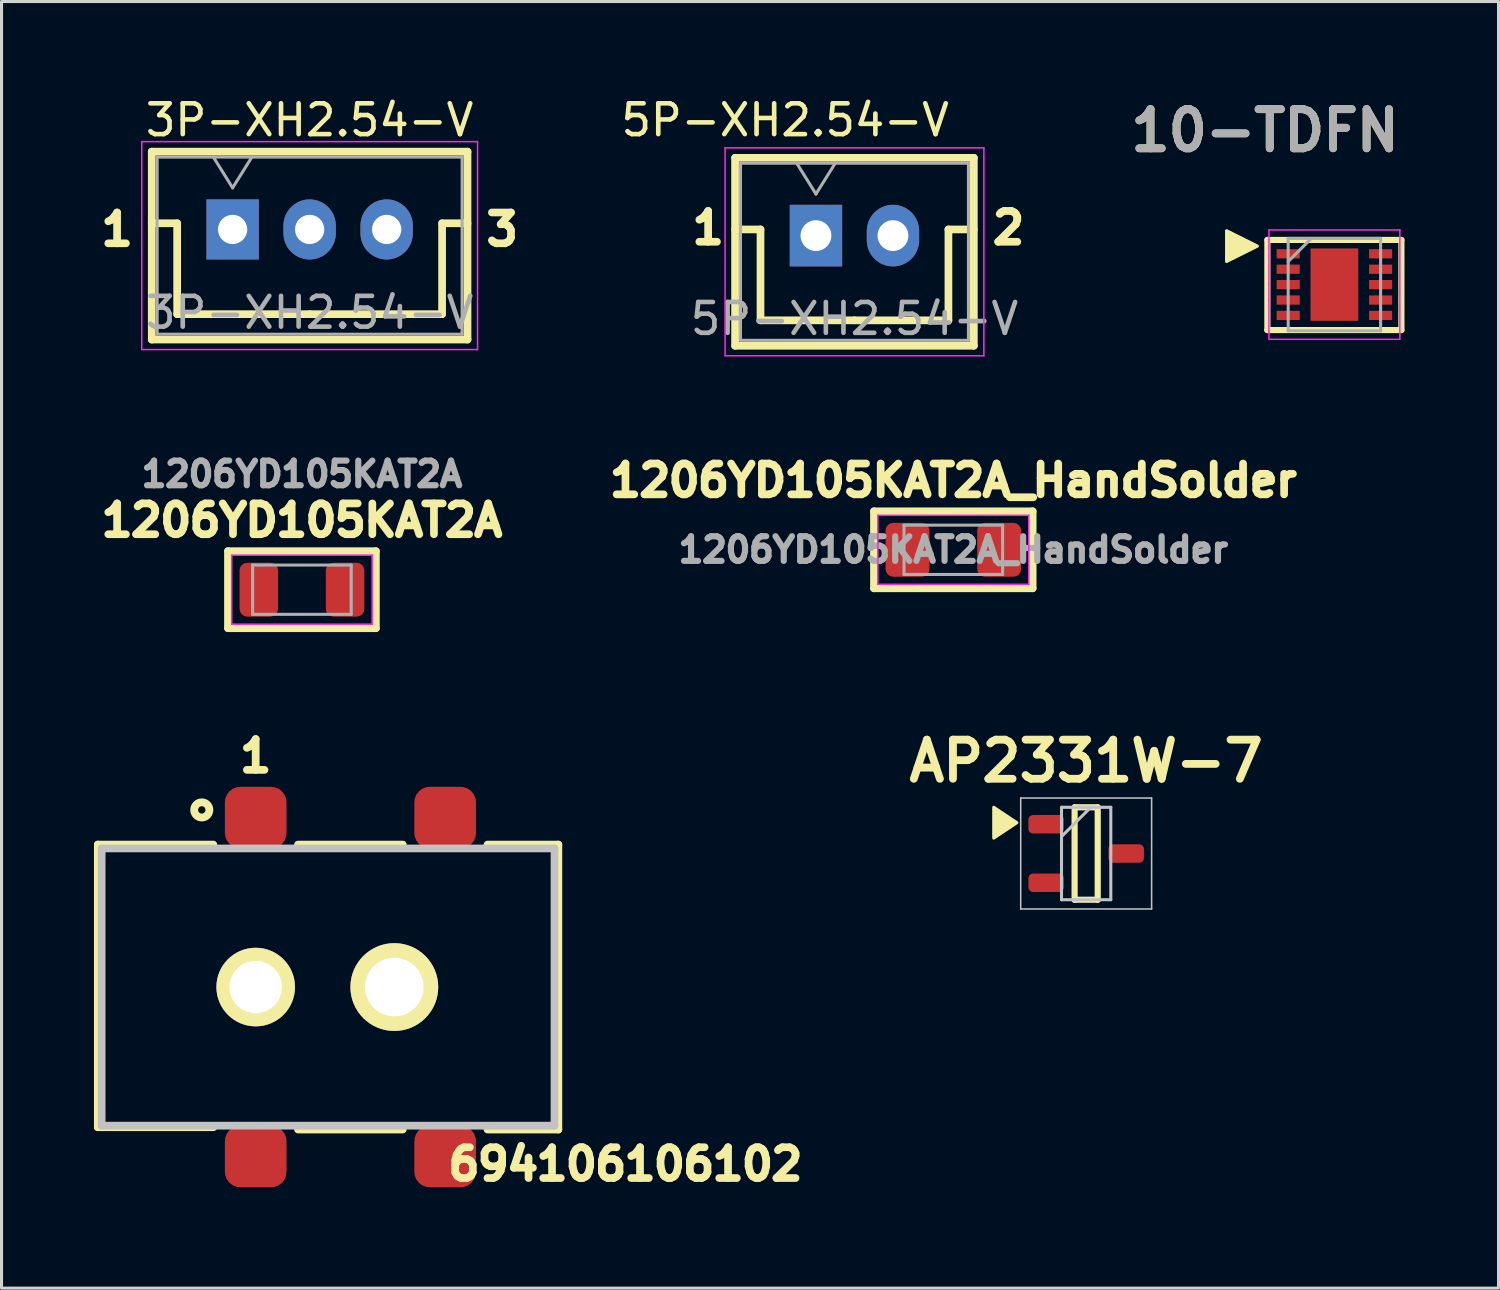
<source format=kicad_pcb>
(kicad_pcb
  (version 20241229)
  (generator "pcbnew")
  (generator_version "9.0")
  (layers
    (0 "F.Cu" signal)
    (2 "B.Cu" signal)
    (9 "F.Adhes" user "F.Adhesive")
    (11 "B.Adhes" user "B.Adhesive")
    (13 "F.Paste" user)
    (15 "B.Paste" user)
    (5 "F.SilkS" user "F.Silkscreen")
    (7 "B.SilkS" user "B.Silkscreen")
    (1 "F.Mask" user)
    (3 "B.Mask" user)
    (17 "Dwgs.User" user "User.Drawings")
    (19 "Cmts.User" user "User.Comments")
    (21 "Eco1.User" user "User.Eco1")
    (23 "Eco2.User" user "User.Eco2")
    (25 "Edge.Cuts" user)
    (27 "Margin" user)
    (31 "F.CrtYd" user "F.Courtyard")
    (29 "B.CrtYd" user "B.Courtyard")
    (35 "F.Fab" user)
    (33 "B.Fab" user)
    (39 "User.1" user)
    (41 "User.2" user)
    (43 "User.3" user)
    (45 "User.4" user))
  (footprint "10-TDFN"
    (layer "F.Cu")
    (at 40.266 6.189)
    (property "Reference" "10-TDFN" (at -2.25 -5 0) (layer "F.SilkS") (effects (font (size 1.27 1.27) (thickness 0.254))))
    (attr smd)
    (fp_line (start -2.175 -1.45) (end 2.175 -1.45) (stroke (width 0.2) (type solid)) (layer "F.SilkS"))
    (fp_line (start -2.175 1.475) (end -2.175 -1.45) (stroke (width 0.2) (type solid)) (layer "F.SilkS"))
    (fp_line (start 2.175 -1.45) (end 2.175 1.475) (stroke (width 0.2) (type solid)) (layer "F.SilkS"))
    (fp_line (start 2.175 1.475) (end -2.175 1.475) (stroke (width 0.2) (type solid)) (layer "F.SilkS"))
    (fp_poly (pts (xy -2.5 -1.25) (xy -3.5 -0.75) (xy -3.5 -1.75)) (stroke (width 0.1) (type solid)) (fill yes) (layer "F.SilkS"))
    (fp_line (start -2.125 -1.775) (end 2.125 -1.775) (stroke (width 0.05) (type solid)) (layer "F.CrtYd"))
    (fp_line (start -2.125 1.775) (end -2.125 -1.775) (stroke (width 0.05) (type solid)) (layer "F.CrtYd"))
    (fp_line (start 2.125 -1.775) (end 2.125 1.775) (stroke (width 0.05) (type solid)) (layer "F.CrtYd"))
    (fp_line (start 2.125 1.775) (end -2.125 1.775) (stroke (width 0.05) (type solid)) (layer "F.CrtYd"))
    (fp_line (start -1.5 -1.5) (end 1.5 -1.5) (stroke (width 0.1) (type solid)) (layer "F.Fab"))
    (fp_line (start -1.5 -0.75) (end -0.75 -1.5) (stroke (width 0.1) (type solid)) (layer "F.Fab"))
    (fp_line (start -1.5 1.5) (end -1.5 -1.5) (stroke (width 0.1) (type solid)) (layer "F.Fab"))
    (fp_line (start 1.5 -1.5) (end 1.5 1.5) (stroke (width 0.1) (type solid)) (layer "F.Fab"))
    (fp_line (start 1.5 1.5) (end -1.5 1.5) (stroke (width 0.1) (type solid)) (layer "F.Fab"))
    (fp_text user "${REFERENCE}" (at -2.25 -5 0) (layer "F.Fab") (effects (font (size 1.27 1.27) (thickness 0.254))))
    (pad "1" smd rect (at -1.5 -1 90) (size 0.3 0.75) (layers "F.Cu" "F.Mask" "F.Paste"))
    (pad "2" smd rect (at -1.5 -0.5 90) (size 0.3 0.75) (layers "F.Cu" "F.Mask" "F.Paste"))
    (pad "3" smd rect (at -1.5 0 90) (size 0.3 0.75) (layers "F.Cu" "F.Mask" "F.Paste"))
    (pad "4" smd rect (at -1.5 0.5 90) (size 0.3 0.75) (layers "F.Cu" "F.Mask" "F.Paste"))
    (pad "5" smd rect (at -1.5 1 90) (size 0.3 0.75) (layers "F.Cu" "F.Mask" "F.Paste"))
    (pad "6" smd rect (at 1.5 1 90) (size 0.3 0.75) (layers "F.Cu" "F.Mask" "F.Paste"))
    (pad "7" smd rect (at 1.5 0.5 90) (size 0.3 0.75) (layers "F.Cu" "F.Mask" "F.Paste"))
    (pad "8" smd rect (at 1.5 0 90) (size 0.3 0.75) (layers "F.Cu" "F.Mask" "F.Paste"))
    (pad "9" smd rect (at 1.5 -0.5 90) (size 0.3 0.75) (layers "F.Cu" "F.Mask" "F.Paste"))
    (pad "10" smd rect (at 1.5 -1 90) (size 0.3 0.75) (layers "F.Cu" "F.Mask" "F.Paste"))
    (pad "11" smd rect (at 0 0) (size 1.55 2.35) (layers "F.Cu" "F.Mask" "F.Paste")))
  (footprint "1206YD105KAT2A"
    (layer "F.Cu")
    (at 6.751 16.092)
    (property "Reference" "1206YD105KAT2A" (at 0 -2.25 0) (layer "F.SilkS") (effects (font (size 1 1) (thickness 0.25))))
    (attr smd)
    (fp_line (start -2.4 -1.25) (end 2.4 -1.25) (stroke (width 0.25) (type solid)) (layer "F.SilkS"))
    (fp_line (start -2.4 1.25) (end -2.4 -1.25) (stroke (width 0.25) (type solid)) (layer "F.SilkS"))
    (fp_line (start -2.4 1.25) (end 2.4 1.25) (stroke (width 0.25) (type solid)) (layer "F.SilkS"))
    (fp_line (start 2.4 1.25) (end 2.4 -1.25) (stroke (width 0.25) (type solid)) (layer "F.SilkS"))
    (fp_line (start -2.28 -1.12) (end 2.28 -1.12) (stroke (width 0.05) (type solid)) (layer "F.CrtYd"))
    (fp_line (start -2.28 1.12) (end -2.28 -1.12) (stroke (width 0.05) (type solid)) (layer "F.CrtYd"))
    (fp_line (start 2.28 -1.12) (end 2.28 1.12) (stroke (width 0.05) (type solid)) (layer "F.CrtYd"))
    (fp_line (start 2.28 1.12) (end -2.28 1.12) (stroke (width 0.05) (type solid)) (layer "F.CrtYd"))
    (fp_line (start -1.6 -0.8) (end 1.6 -0.8) (stroke (width 0.1) (type solid)) (layer "F.Fab"))
    (fp_line (start -1.6 0.8) (end -1.6 -0.8) (stroke (width 0.1) (type solid)) (layer "F.Fab"))
    (fp_line (start 1.6 -0.8) (end 1.6 0.8) (stroke (width 0.1) (type solid)) (layer "F.Fab"))
    (fp_line (start 1.6 0.8) (end -1.6 0.8) (stroke (width 0.1) (type solid)) (layer "F.Fab"))
    (fp_text user "${REFERENCE}" (at 0 -3.75 0) (layer "F.Fab") (effects (font (size 0.8 0.8) (thickness 0.25))))
    (pad "1" smd roundrect (at -1.4 0) (size 1.25 1.75) (layers "F.Cu" "F.Mask" "F.Paste") (roundrect_rratio 0.2))
    (pad "2" smd roundrect (at 1.4 0) (size 1.25 1.75) (layers "F.Cu" "F.Mask" "F.Paste") (roundrect_rratio 0.2)))
  (footprint "3P-XH2.54-V"
    (layer "F.Cu")
    (at 4.501 4.398)
    (property "Reference" "3P-XH2.54-V" (at 2.5 -3.55 0) (layer "F.SilkS") (effects (font (size 1 1) (thickness 0.15))))
    (attr through_hole)
    (fp_line (start -2.625 -2.525) (end -2.625 3.575) (stroke (width 0.25) (type solid)) (layer "F.SilkS"))
    (fp_line (start -2.625 -0.2) (end -1.8 -0.2) (stroke (width 0.25) (type solid)) (layer "F.SilkS"))
    (fp_line (start -2.625 3.575) (end 7.625 3.575) (stroke (width 0.25) (type solid)) (layer "F.SilkS"))
    (fp_line (start -1.8 -0.2) (end -1.8 2.75) (stroke (width 0.25) (type solid)) (layer "F.SilkS"))
    (fp_line (start -1.8 2.75) (end 2.5 2.75) (stroke (width 0.25) (type solid)) (layer "F.SilkS"))
    (fp_line (start 6.8 -0.2) (end 6.8 2.75) (stroke (width 0.25) (type solid)) (layer "F.SilkS"))
    (fp_line (start 6.8 2.75) (end 2.5 2.75) (stroke (width 0.25) (type solid)) (layer "F.SilkS"))
    (fp_line (start 7.625 -2.525) (end -2.625 -2.525) (stroke (width 0.25) (type solid)) (layer "F.SilkS"))
    (fp_line (start 7.625 -0.2) (end 6.8 -0.2) (stroke (width 0.25) (type solid)) (layer "F.SilkS"))
    (fp_line (start 7.625 3.575) (end 7.625 -2.525) (stroke (width 0.25) (type solid)) (layer "F.SilkS"))
    (fp_line (start -2.95 -2.85) (end -2.95 3.9) (stroke (width 0.05) (type solid)) (layer "F.CrtYd"))
    (fp_line (start -2.95 3.9) (end 7.95 3.9) (stroke (width 0.05) (type solid)) (layer "F.CrtYd"))
    (fp_line (start 7.95 -2.85) (end -2.95 -2.85) (stroke (width 0.05) (type solid)) (layer "F.CrtYd"))
    (fp_line (start 7.95 3.9) (end 7.95 -2.85) (stroke (width 0.05) (type solid)) (layer "F.CrtYd"))
    (fp_line (start -2.45 -2.35) (end -2.45 3.4) (stroke (width 0.1) (type solid)) (layer "F.Fab"))
    (fp_line (start -2.45 3.4) (end 7.45 3.4) (stroke (width 0.1) (type solid)) (layer "F.Fab"))
    (fp_line (start -0.625 -2.35) (end 0 -1.35) (stroke (width 0.1) (type solid)) (layer "F.Fab"))
    (fp_line (start 0 -1.35) (end 0.625 -2.35) (stroke (width 0.1) (type solid)) (layer "F.Fab"))
    (fp_line (start 7.45 -2.35) (end -2.45 -2.35) (stroke (width 0.1) (type solid)) (layer "F.Fab"))
    (fp_line (start 7.45 3.4) (end 7.45 -2.35) (stroke (width 0.1) (type solid)) (layer "F.Fab"))
    (fp_text user "1" (at -3.75 0 0) (layer "F.SilkS") (effects (font (size 1 1) (thickness 0.25))))
    (fp_text user "3" (at 8.75 0 0) (layer "F.SilkS") (effects (font (size 1 1) (thickness 0.25))))
    (fp_text user "${REFERENCE}" (at 2.5 2.7 0) (layer "F.Fab") (effects (font (size 1 1) (thickness 0.15))))
    (pad "1" thru_hole rect (at 0 0) (size 1.7 1.95) (drill 0.95) (layers "*.Cu" "*.Mask"))
    (pad "2" thru_hole oval (at 2.5 0) (size 1.7 1.95) (drill 0.95) (layers "*.Cu" "*.Mask"))
    (pad "3" thru_hole oval (at 5 0) (size 1.7 1.95) (drill 0.95) (layers "*.Cu" "*.Mask")))
  (footprint "5P-XH2.54-V"
    (layer "F.Cu")
    (at 23.437 4.598)
    (property "Reference" "5P-XH2.54-V" (at -1 -3.75 0) (layer "F.SilkS") (effects (font (size 1 1) (thickness 0.15))))
    (attr through_hole)
    (fp_line (start -2.625 -2.525) (end -2.625 3.575) (stroke (width 0.25) (type solid)) (layer "F.SilkS"))
    (fp_line (start -2.625 -0.2) (end -1.8 -0.2) (stroke (width 0.25) (type solid)) (layer "F.SilkS"))
    (fp_line (start -2.625 3.575) (end 5.125 3.575) (stroke (width 0.25) (type solid)) (layer "F.SilkS"))
    (fp_line (start -1.8 -0.2) (end -1.8 2.75) (stroke (width 0.25) (type solid)) (layer "F.SilkS"))
    (fp_line (start -1.8 2.75) (end 1.25 2.75) (stroke (width 0.25) (type solid)) (layer "F.SilkS"))
    (fp_line (start 4.3 -0.2) (end 4.3 2.75) (stroke (width 0.25) (type solid)) (layer "F.SilkS"))
    (fp_line (start 4.3 2.75) (end 1.25 2.75) (stroke (width 0.25) (type solid)) (layer "F.SilkS"))
    (fp_line (start 5.125 -2.525) (end -2.625 -2.525) (stroke (width 0.25) (type solid)) (layer "F.SilkS"))
    (fp_line (start 5.125 -0.2) (end 4.3 -0.2) (stroke (width 0.25) (type solid)) (layer "F.SilkS"))
    (fp_line (start 5.125 3.575) (end 5.125 -2.525) (stroke (width 0.25) (type solid)) (layer "F.SilkS"))
    (fp_line (start -2.95 -2.85) (end -2.95 3.9) (stroke (width 0.05) (type solid)) (layer "F.CrtYd"))
    (fp_line (start -2.95 3.9) (end 5.45 3.9) (stroke (width 0.05) (type solid)) (layer "F.CrtYd"))
    (fp_line (start 5.45 -2.85) (end -2.95 -2.85) (stroke (width 0.05) (type solid)) (layer "F.CrtYd"))
    (fp_line (start 5.45 3.9) (end 5.45 -2.85) (stroke (width 0.05) (type solid)) (layer "F.CrtYd"))
    (fp_line (start -2.45 -2.35) (end -2.45 3.4) (stroke (width 0.1) (type solid)) (layer "F.Fab"))
    (fp_line (start -2.45 3.4) (end 4.95 3.4) (stroke (width 0.1) (type solid)) (layer "F.Fab"))
    (fp_line (start -0.625 -2.35) (end 0 -1.35) (stroke (width 0.1) (type solid)) (layer "F.Fab"))
    (fp_line (start 0 -1.35) (end 0.625 -2.35) (stroke (width 0.1) (type solid)) (layer "F.Fab"))
    (fp_line (start 4.95 -2.35) (end -2.45 -2.35) (stroke (width 0.1) (type solid)) (layer "F.Fab"))
    (fp_line (start 4.95 3.4) (end 4.95 -2.35) (stroke (width 0.1) (type solid)) (layer "F.Fab"))
    (fp_text user "2" (at 6.25 -0.25 0) (layer "F.SilkS") (effects (font (size 1 1) (thickness 0.25))))
    (fp_text user "1" (at -3.5 -0.25 0) (layer "F.SilkS") (effects (font (size 1 1) (thickness 0.25))))
    (fp_text user "${REFERENCE}" (at 1.25 2.7 0) (layer "F.Fab") (effects (font (size 1 1) (thickness 0.15))))
    (pad "1" thru_hole rect (at 0 0) (size 1.7 2) (drill 1) (layers "*.Cu" "*.Mask"))
    (pad "2" thru_hole oval (at 2.5 0) (size 1.7 2) (drill 1) (layers "*.Cu" "*.Mask")))
  (footprint "AP2331W-7"
    (layer "F.Cu")
    (at 32.208 24.656)
    (property "Reference" "AP2331W-7" (at 0 -3 0) (layer "F.SilkS") (effects (font (size 1.27 1.27) (thickness 0.254))))
    (attr smd)
    (fp_line (start -0.375 -1.5) (end 0.375 -1.5) (stroke (width 0.2) (type solid)) (layer "F.SilkS"))
    (fp_line (start -0.375 1.5) (end -0.375 -1.5) (stroke (width 0.2) (type solid)) (layer "F.SilkS"))
    (fp_line (start 0.375 -1.5) (end 0.375 1.5) (stroke (width 0.2) (type solid)) (layer "F.SilkS"))
    (fp_line (start 0.375 1.5) (end -0.375 1.5) (stroke (width 0.2) (type solid)) (layer "F.SilkS"))
    (fp_poly (pts (xy -2.25 -1) (xy -3 -1.5) (xy -3 -0.5)) (stroke (width 0.1) (type solid)) (fill yes) (layer "F.SilkS"))
    (fp_line (start -2.125 -1.8) (end 2.125 -1.8) (stroke (width 0.05) (type solid)) (layer "Dwgs.User"))
    (fp_line (start -2.125 1.8) (end -2.125 -1.8) (stroke (width 0.05) (type solid)) (layer "Dwgs.User"))
    (fp_line (start -0.8 -1.5) (end 0.8 -1.5) (stroke (width 0.1) (type solid)) (layer "Dwgs.User"))
    (fp_line (start -0.8 -0.55) (end 0.15 -1.5) (stroke (width 0.1) (type solid)) (layer "Dwgs.User"))
    (fp_line (start -0.8 1.5) (end -0.8 -1.5) (stroke (width 0.1) (type solid)) (layer "Dwgs.User"))
    (fp_line (start 0.8 -1.5) (end 0.8 1.5) (stroke (width 0.1) (type solid)) (layer "Dwgs.User"))
    (fp_line (start 0.8 1.5) (end -0.8 1.5) (stroke (width 0.1) (type solid)) (layer "Dwgs.User"))
    (fp_line (start 2.125 -1.8) (end 2.125 1.8) (stroke (width 0.05) (type solid)) (layer "Dwgs.User"))
    (fp_line (start 2.125 1.8) (end -2.125 1.8) (stroke (width 0.05) (type solid)) (layer "Dwgs.User"))
    (pad "1" smd roundrect (at -1.3 -0.95 90) (size 0.6 1.15) (layers "F.Cu" "F.Mask" "F.Paste") (roundrect_rratio 0.25))
    (pad "2" smd roundrect (at -1.3 0.95 90) (size 0.6 1.15) (layers "F.Cu" "F.Mask" "F.Paste") (roundrect_rratio 0.25))
    (pad "3" smd roundrect (at 1.3 0 90) (size 0.6 1.15) (layers "F.Cu" "F.Mask" "F.Paste") (roundrect_rratio 0.25)))
  (footprint "1206YD105KAT2A_HandSolder"
    (layer "F.Cu")
    (at 27.896 14.797)
    (property "Reference" "1206YD105KAT2A_HandSolder" (at 0 -2.25 0) (layer "F.SilkS") (effects (font (size 1 1) (thickness 0.25))))
    (attr smd)
    (fp_line (start -2.575 -1.25) (end -2.575 1.25) (stroke (width 0.25) (type solid)) (layer "F.SilkS"))
    (fp_line (start -2.575 -1.25) (end 2.575 -1.25) (stroke (width 0.25) (type solid)) (layer "F.SilkS"))
    (fp_line (start -2.575 1.25) (end 2.575 1.25) (stroke (width 0.25) (type solid)) (layer "F.SilkS"))
    (fp_line (start 2.575 -1.25) (end 2.575 1.25) (stroke (width 0.25) (type solid)) (layer "F.SilkS"))
    (fp_line (start -2.45 -1.12) (end 2.45 -1.12) (stroke (width 0.05) (type solid)) (layer "F.CrtYd"))
    (fp_line (start -2.45 1.12) (end -2.45 -1.12) (stroke (width 0.05) (type solid)) (layer "F.CrtYd"))
    (fp_line (start 2.45 -1.12) (end 2.45 1.12) (stroke (width 0.05) (type solid)) (layer "F.CrtYd"))
    (fp_line (start 2.45 1.12) (end -2.45 1.12) (stroke (width 0.05) (type solid)) (layer "F.CrtYd"))
    (fp_line (start -1.6 -0.8) (end 1.6 -0.8) (stroke (width 0.1) (type solid)) (layer "F.Fab"))
    (fp_line (start -1.6 0.8) (end -1.6 -0.8) (stroke (width 0.1) (type solid)) (layer "F.Fab"))
    (fp_line (start 1.6 -0.8) (end 1.6 0.8) (stroke (width 0.1) (type solid)) (layer "F.Fab"))
    (fp_line (start 1.6 0.8) (end -1.6 0.8) (stroke (width 0.1) (type solid)) (layer "F.Fab"))
    (fp_text user "${REFERENCE}" (at 0 0 0) (layer "F.Fab") (effects (font (size 0.8 0.8) (thickness 0.25))))
    (pad "1" smd roundrect (at -1.488 0) (size 1.425 1.75) (layers "F.Cu" "F.Mask" "F.Paste") (roundrect_rratio 0.175))
    (pad "2" smd roundrect (at 1.488 0) (size 1.425 1.75) (layers "F.Cu" "F.Mask" "F.Paste") (roundrect_rratio 0.175)))
  (footprint "694106106102"
    (layer "F.Cu")
    (at 0.25 33.491)
    (property "Reference" "694106106102" (at 17 1.25 0) (layer "F.SilkS") (effects (font (size 1 1) (thickness 0.25))))
    (attr through_hole)
    (fp_line (start -0.125 -9.125) (end 3.625 -9.125) (stroke (width 0.25) (type solid)) (layer "F.SilkS"))
    (fp_line (start -0.125 0.05) (end -0.125 -9.125) (stroke (width 0.25) (type solid)) (layer "F.SilkS"))
    (fp_line (start -0.125 0.05) (end 3.625 0.05) (stroke (width 0.25) (type solid)) (layer "F.SilkS"))
    (fp_line (start 6.375 -9.125) (end 9.775 -9.125) (stroke (width 0.25) (type solid)) (layer "F.SilkS"))
    (fp_line (start 6.375 0.125) (end 9.775 0.125) (stroke (width 0.25) (type solid)) (layer "F.SilkS"))
    (fp_line (start 14.825 -9.125) (end 12.525 -9.125) (stroke (width 0.25) (type solid)) (layer "F.SilkS"))
    (fp_line (start 14.825 0.125) (end 12.525 0.125) (stroke (width 0.25) (type solid)) (layer "F.SilkS"))
    (fp_line (start 14.825 0.125) (end 14.825 -9.125) (stroke (width 0.25) (type solid)) (layer "F.SilkS"))
    (fp_circle (center 3.25 -10.25) (end 3.13 -10.25) (stroke (width 0.254) (type solid)) (fill no) (layer "F.SilkS"))
    (fp_line (start 0 -9) (end 14.7 -9) (stroke (width 0.25) (type solid)) (layer "Dwgs.User"))
    (fp_line (start 0 0) (end 0 -9) (stroke (width 0.25) (type solid)) (layer "Dwgs.User"))
    (fp_line (start 14.7 -9) (end 14.7 0) (stroke (width 0.25) (type solid)) (layer "Dwgs.User"))
    (fp_line (start 14.7 0) (end 0 0) (stroke (width 0.25) (type solid)) (layer "Dwgs.User"))
    (fp_text user "1" (at 5 -12 0) (layer "F.SilkS") (effects (font (size 1 1) (thickness 0.25))))
    (pad "1" smd roundrect (at 5 -10 90) (size 2 2) (layers "F.Cu" "F.Mask" "F.Paste") (roundrect_rratio 0.25))
    (pad "1" smd roundrect (at 11.15 -10 90) (size 2 2) (layers "F.Cu" "F.Mask" "F.Paste") (roundrect_rratio 0.25))
    (pad "2" smd roundrect (at 5 1 90) (size 2 2) (layers "F.Cu" "F.Mask" "F.Paste") (roundrect_rratio 0.25))
    (pad "3" smd roundrect (at 11.15 1 90) (size 2 2) (layers "F.Cu" "F.Mask" "F.Paste") (roundrect_rratio 0.25))
    (pad "4" thru_hole circle (at 5 -4.5 90) (size 2.55 2.55) (drill 1.7) (layers "*.Cu" "*.Mask" "F.SilkS"))
    (pad "5" thru_hole circle (at 9.5 -4.5 90) (size 2.85 2.85) (drill 1.9) (layers "*.Cu" "*.Mask" "F.SilkS")))
  (gr_rect
    (start -3 -3)
    (end 45.594 38.765)
    (stroke (width 0.1) (type default))
    (fill no)
    (layer "Edge.Cuts")))
</source>
